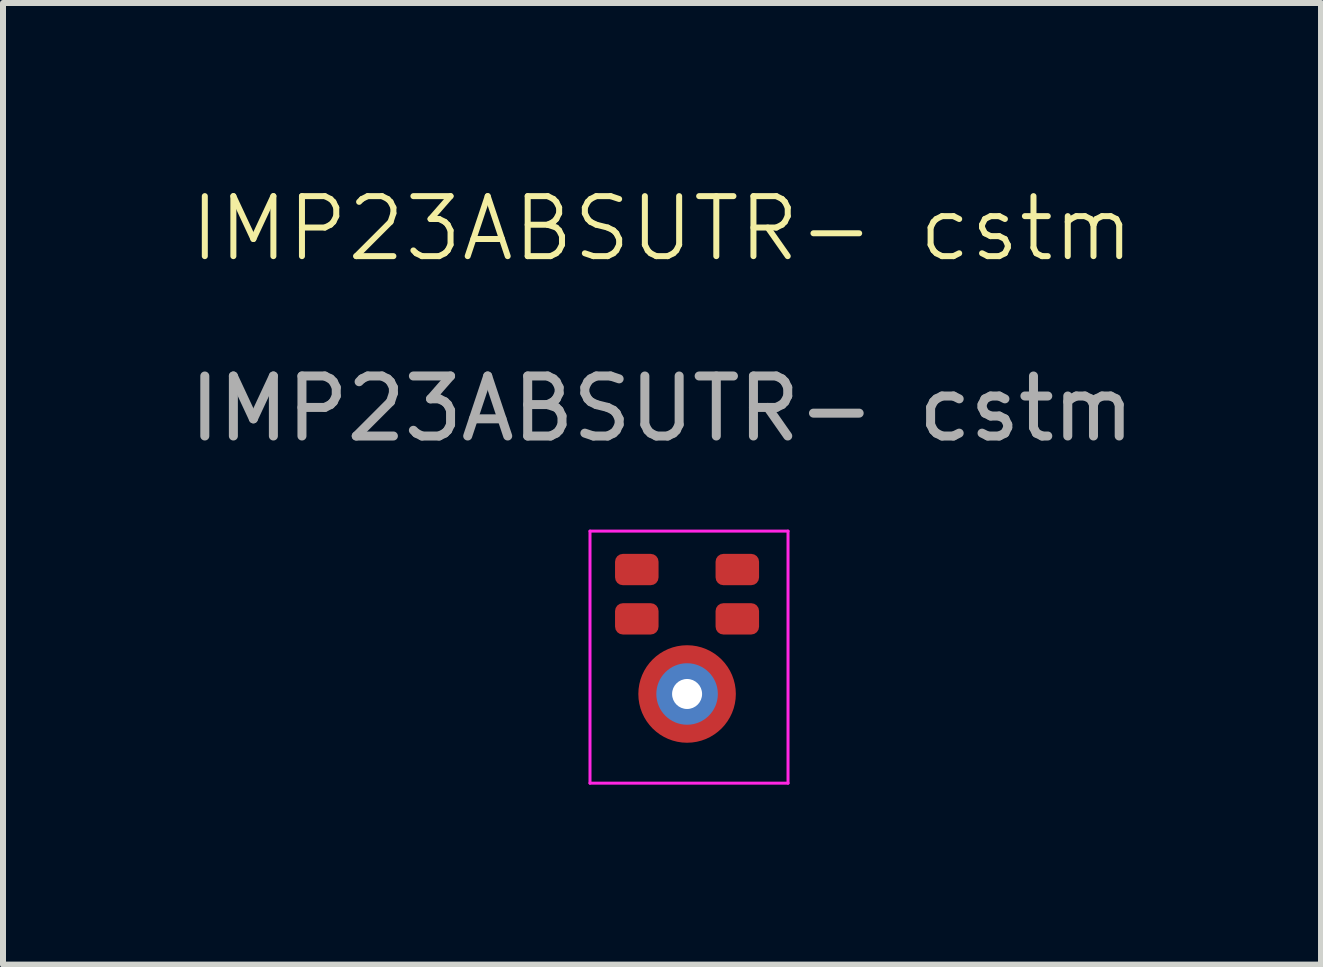
<source format=kicad_pcb>
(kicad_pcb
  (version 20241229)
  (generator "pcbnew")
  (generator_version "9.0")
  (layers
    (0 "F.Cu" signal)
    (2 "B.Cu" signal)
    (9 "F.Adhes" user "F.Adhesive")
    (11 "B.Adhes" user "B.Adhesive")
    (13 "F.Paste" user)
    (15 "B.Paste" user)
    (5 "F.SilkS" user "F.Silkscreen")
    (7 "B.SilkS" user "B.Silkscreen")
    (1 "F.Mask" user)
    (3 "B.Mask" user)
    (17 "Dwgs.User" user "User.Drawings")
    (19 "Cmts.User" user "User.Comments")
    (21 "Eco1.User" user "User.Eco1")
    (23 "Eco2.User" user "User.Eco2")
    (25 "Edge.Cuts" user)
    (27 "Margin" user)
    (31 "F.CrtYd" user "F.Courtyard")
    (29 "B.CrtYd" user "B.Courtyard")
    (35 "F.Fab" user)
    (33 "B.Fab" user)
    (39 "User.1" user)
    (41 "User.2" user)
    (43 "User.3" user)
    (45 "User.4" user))
  (footprint "IMP23ABSUTR- cstm"
    (layer "F.Cu")
    (at 7.562 6.441)
    (property "Reference" "IMP23ABSUTR- cstm" (at 0.42 -5.68 0) (unlocked yes) (layer "F.SilkS") (effects (font (size 1 1) (thickness 0.1))))
    (attr smd)
    (fp_line (start -0.78 -0.64) (end -0.78 3.56) (stroke (width 0.05) (type default)) (layer "F.CrtYd"))
    (fp_line (start -0.78 -0.64) (end 2.52 -0.64) (stroke (width 0.05) (type default)) (layer "F.CrtYd"))
    (fp_line (start 2.52 3.56) (end -0.78 3.56) (stroke (width 0.05) (type default)) (layer "F.CrtYd"))
    (fp_line (start 2.52 3.56) (end 2.52 -0.64) (stroke (width 0.05) (type default)) (layer "F.CrtYd"))
    (fp_text user "${REFERENCE}" (at 0.42 -2.68 0) (unlocked yes) (layer "F.Fab") (effects (font (size 1 1) (thickness 0.15))))
    (pad "" np_thru_hole circle (at 0.838 2.074) (size 1.025 1.025) (drill 0.5) (layers "*.Cu" "*.Mask"))
    (pad "1" smd roundrect (at 0 0) (size 0.725 0.522) (layers "F.Cu" "F.Mask" "F.Paste") (roundrect_rratio 0.25))
    (pad "2" smd roundrect (at 0 0.822) (size 0.725 0.522) (layers "F.Cu" "F.Mask" "F.Paste") (roundrect_rratio 0.25))
    (pad "3" smd circle (at 0.838 2.074) (size 1.625 1.625) (layers "F.Cu" "F.Mask" "F.Paste"))
    (pad "4" smd roundrect (at 1.675 0.822) (size 0.725 0.522) (layers "F.Cu" "F.Mask" "F.Paste") (roundrect_rratio 0.25))
    (pad "5" smd roundrect (at 1.675 0) (size 0.725 0.522) (layers "F.Cu" "F.Mask" "F.Paste") (roundrect_rratio 0.25)))
  (gr_rect
    (start -3 -3)
    (end 18.964 13.025)
    (stroke (width 0.1) (type default))
    (fill no)
    (layer "Edge.Cuts")))
</source>
